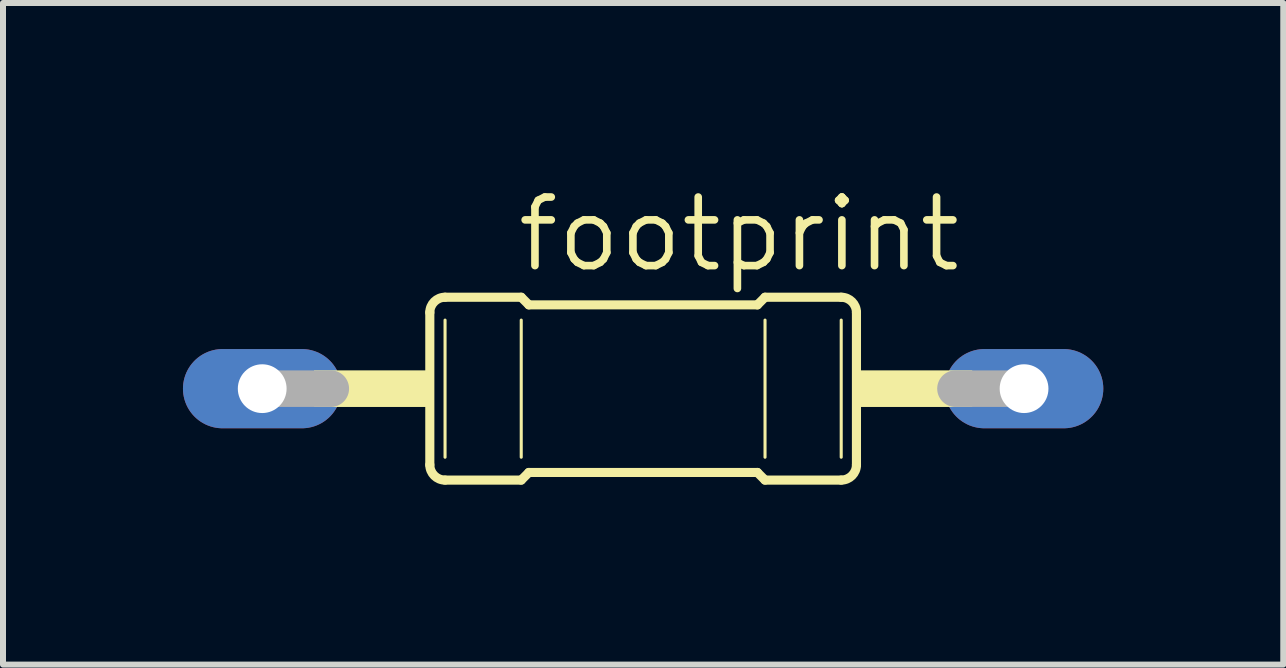
<source format=kicad_pcb>
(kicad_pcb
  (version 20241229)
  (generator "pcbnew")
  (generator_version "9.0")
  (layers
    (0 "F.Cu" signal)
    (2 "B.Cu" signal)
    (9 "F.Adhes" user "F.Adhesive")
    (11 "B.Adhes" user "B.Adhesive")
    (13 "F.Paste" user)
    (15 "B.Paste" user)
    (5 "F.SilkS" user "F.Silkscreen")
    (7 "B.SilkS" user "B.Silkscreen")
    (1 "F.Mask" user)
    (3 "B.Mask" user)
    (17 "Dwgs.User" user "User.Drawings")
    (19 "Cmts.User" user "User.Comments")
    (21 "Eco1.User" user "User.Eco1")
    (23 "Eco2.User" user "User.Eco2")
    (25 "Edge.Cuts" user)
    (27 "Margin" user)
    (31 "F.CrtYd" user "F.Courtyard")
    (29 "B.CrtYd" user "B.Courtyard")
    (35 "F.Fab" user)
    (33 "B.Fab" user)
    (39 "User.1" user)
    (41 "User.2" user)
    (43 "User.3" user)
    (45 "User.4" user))
  (footprint "footprint"
    (layer "F.Cu")
    (at 7.671 3.429)
    (property "Reference" "footprint" (at -2.159 -1.905 0) (layer "F.SilkS") (effects (font (size 1.143 1.143) (thickness 0.127)) (justify left bottom)))
    (fp_line (start -3.556 1.27) (end -3.556 -1.27) (stroke (width 0.152) (type solid)) (layer "F.SilkS"))
    (fp_line (start -3.302 -1.524) (end -2.032 -1.524) (stroke (width 0.152) (type solid)) (layer "F.SilkS"))
    (fp_line (start -3.302 -1.143) (end -3.302 1.143) (stroke (width 0.051) (type solid)) (layer "F.SilkS"))
    (fp_line (start -3.302 1.524) (end -2.032 1.524) (stroke (width 0.152) (type solid)) (layer "F.SilkS"))
    (fp_line (start -2.032 -1.143) (end -2.032 1.143) (stroke (width 0.051) (type solid)) (layer "F.SilkS"))
    (fp_line (start -1.905 -1.397) (end -2.032 -1.524) (stroke (width 0.152) (type solid)) (layer "F.SilkS"))
    (fp_line (start -1.905 1.397) (end -2.032 1.524) (stroke (width 0.152) (type solid)) (layer "F.SilkS"))
    (fp_line (start 1.905 -1.397) (end -1.905 -1.397) (stroke (width 0.152) (type solid)) (layer "F.SilkS"))
    (fp_line (start 1.905 -1.397) (end 2.032 -1.524) (stroke (width 0.152) (type solid)) (layer "F.SilkS"))
    (fp_line (start 1.905 1.397) (end -1.905 1.397) (stroke (width 0.152) (type solid)) (layer "F.SilkS"))
    (fp_line (start 1.905 1.397) (end 2.032 1.524) (stroke (width 0.152) (type solid)) (layer "F.SilkS"))
    (fp_line (start 2.032 -1.143) (end 2.032 1.143) (stroke (width 0.051) (type solid)) (layer "F.SilkS"))
    (fp_line (start 3.302 -1.524) (end 2.032 -1.524) (stroke (width 0.152) (type solid)) (layer "F.SilkS"))
    (fp_line (start 3.302 -1.143) (end 3.302 1.143) (stroke (width 0.051) (type solid)) (layer "F.SilkS"))
    (fp_line (start 3.302 1.524) (end 2.032 1.524) (stroke (width 0.152) (type solid)) (layer "F.SilkS"))
    (fp_line (start 3.556 1.27) (end 3.556 -1.27) (stroke (width 0.152) (type solid)) (layer "F.SilkS"))
    (fp_arc (start -3.556 -1.27) (mid -3.481605 -1.449605) (end -3.302 -1.524) (stroke (width 0.1524) (type solid)) (layer "F.SilkS"))
    (fp_arc (start -3.302 1.524) (mid -3.481605 1.449605) (end -3.556 1.27) (stroke (width 0.1524) (type solid)) (layer "F.SilkS"))
    (fp_arc (start 3.302 -1.524) (mid 3.481605 -1.449605) (end 3.556 -1.27) (stroke (width 0.1524) (type solid)) (layer "F.SilkS"))
    (fp_arc (start 3.556 1.27) (mid 3.481605 1.449605) (end 3.302 1.524) (stroke (width 0.1524) (type solid)) (layer "F.SilkS"))
    (fp_poly (pts (xy -5.486 0.305) (xy -3.556 0.305) (xy -3.556 -0.305) (xy -5.486 -0.305)) (stroke (width 0) (type solid)) (fill yes) (layer "F.SilkS"))
    (fp_poly (pts (xy 3.556 0.305) (xy 5.486 0.305) (xy 5.486 -0.305) (xy 3.556 -0.305)) (stroke (width 0) (type solid)) (fill yes) (layer "F.SilkS"))
    (fp_line (start -6.35 0) (end -5.207 0) (stroke (width 0.61) (type solid)) (layer "F.Fab"))
    (fp_line (start 6.35 0) (end 5.207 0) (stroke (width 0.61) (type solid)) (layer "F.Fab"))
    (pad "1" thru_hole oval (at -6.35 0) (size 2.642 1.321) (drill 0.813) (layers "*.Cu" "*.Mask"))
    (pad "2" thru_hole oval (at 6.35 0) (size 2.642 1.321) (drill 0.813) (layers "*.Cu" "*.Mask")))
  (gr_rect
    (start -3 -3)
    (end 18.342 8.029)
    (stroke (width 0.1) (type default))
    (fill no)
    (layer "Edge.Cuts")))
</source>
